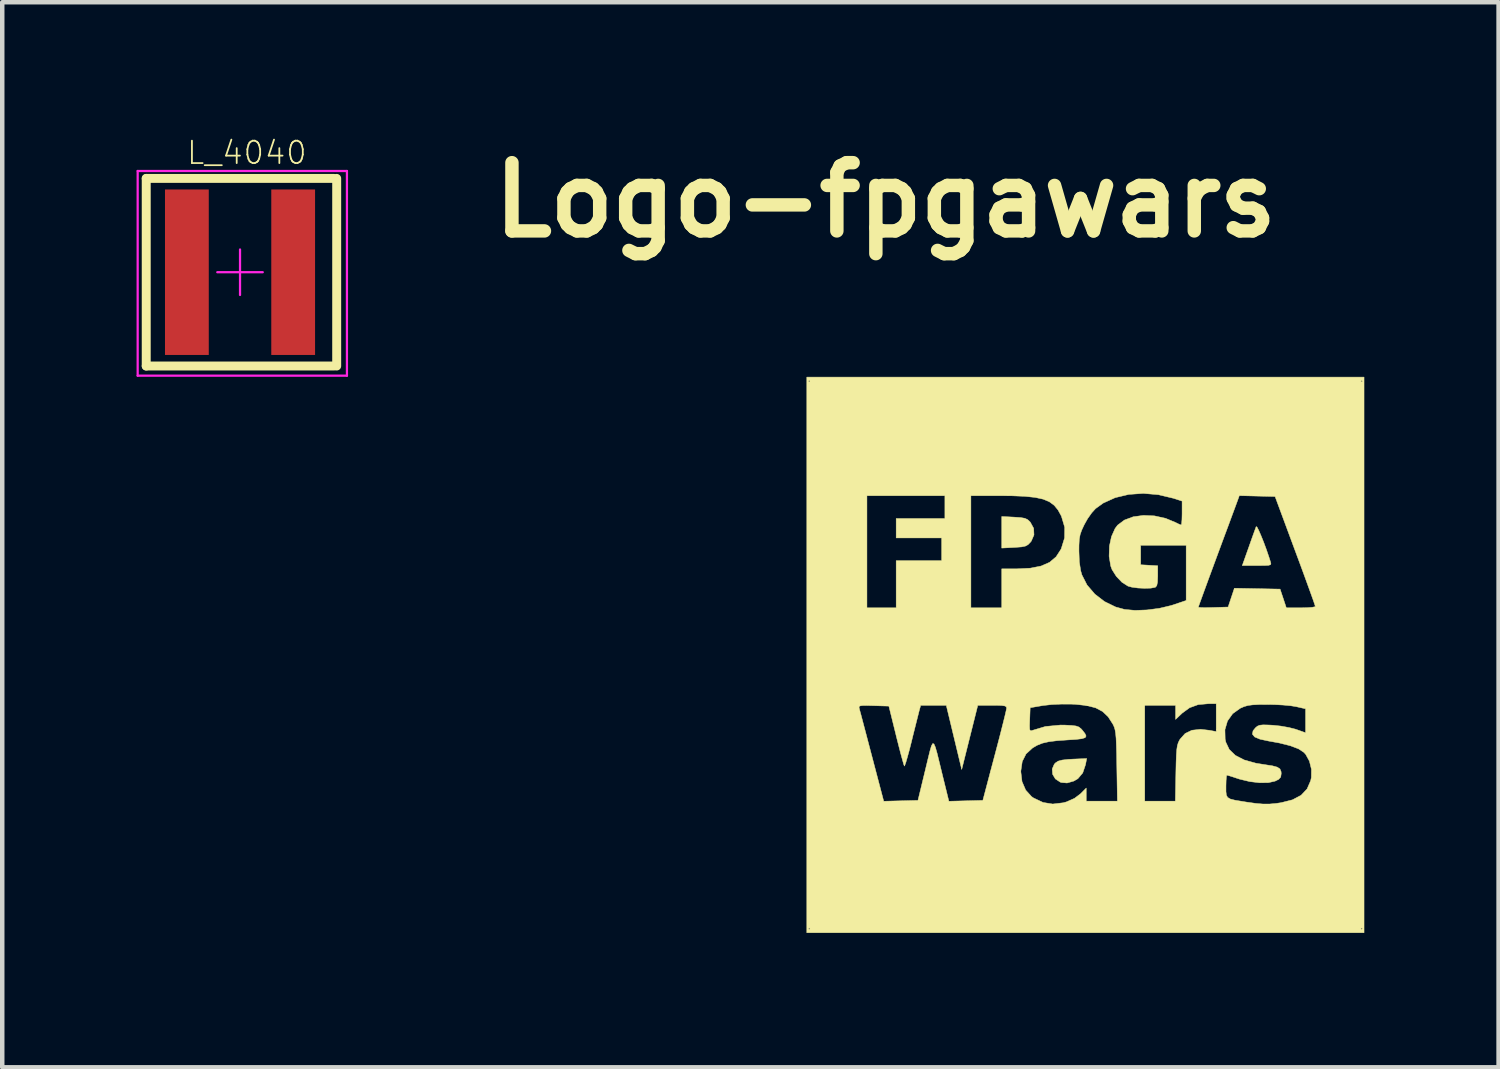
<source format=kicad_pcb>
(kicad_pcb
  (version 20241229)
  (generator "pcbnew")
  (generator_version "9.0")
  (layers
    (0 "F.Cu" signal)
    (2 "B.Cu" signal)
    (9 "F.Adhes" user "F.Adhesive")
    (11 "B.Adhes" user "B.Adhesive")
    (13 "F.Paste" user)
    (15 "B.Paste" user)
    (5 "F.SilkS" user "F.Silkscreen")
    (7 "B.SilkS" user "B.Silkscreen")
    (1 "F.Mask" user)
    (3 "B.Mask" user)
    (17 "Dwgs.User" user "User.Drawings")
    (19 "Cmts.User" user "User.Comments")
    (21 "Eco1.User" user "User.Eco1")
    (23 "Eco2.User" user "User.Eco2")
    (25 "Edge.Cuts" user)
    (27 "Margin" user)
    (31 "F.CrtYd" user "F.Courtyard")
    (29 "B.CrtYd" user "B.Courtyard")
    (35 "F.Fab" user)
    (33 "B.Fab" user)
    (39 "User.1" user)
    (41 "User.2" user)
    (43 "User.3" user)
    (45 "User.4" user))
  (footprint "Logo-fpgawars"
    (layer "F.Cu")
    (at 21.175 11.578)
    (property "Reference" "Logo-fpgawars" (at -4.445 -10.16 0) (layer "F.SilkS") (effects (font (size 1.524 1.524) (thickness 0.3))))
    (attr through_hole)
    (fp_poly (pts (xy -1.575 -3.078) (xy -1.429 -3.068) (xy -1.336 -3.052) (xy -1.274 -3.023) (xy -1.222 -2.975) (xy -1.212 -2.963) (xy -1.138 -2.828) (xy -1.131 -2.681) (xy -1.191 -2.542) (xy -1.212 -2.516) (xy -1.264 -2.463) (xy -1.323 -2.431) (xy -1.409 -2.413) (xy -1.543 -2.403) (xy -1.575 -2.401) (xy -1.851 -2.387) (xy -1.851 -3.092) (xy -1.575 -3.078)) (stroke (width 0.01) (type solid)) (fill yes) (layer "F.SilkS"))
    (fp_poly (pts (xy 0.02 2.451) (xy -0.042 2.635) (xy -0.151 2.764) (xy -0.242 2.817) (xy -0.392 2.86) (xy -0.521 2.849) (xy -0.544 2.841) (xy -0.653 2.769) (xy -0.715 2.665) (xy -0.724 2.548) (xy -0.677 2.439) (xy -0.649 2.41) (xy -0.591 2.372) (xy -0.503 2.348) (xy -0.37 2.333) (xy -0.264 2.327) (xy 0.046 2.314) (xy 0.02 2.451)) (stroke (width 0.01) (type solid)) (fill yes) (layer "F.SilkS"))
    (fp_poly (pts (xy 3.851 -2.855) (xy 3.887 -2.786) (xy 3.937 -2.672) (xy 3.996 -2.526) (xy 4.058 -2.359) (xy 4.118 -2.183) (xy 4.152 -2.077) (xy 4.161 -2.039) (xy 4.151 -2.015) (xy 4.109 -2.002) (xy 4.021 -1.997) (xy 3.875 -1.996) (xy 3.849 -1.996) (xy 3.521 -1.996) (xy 3.666 -2.404) (xy 3.724 -2.569) (xy 3.775 -2.711) (xy 3.813 -2.816) (xy 3.832 -2.867) (xy 3.851 -2.855)) (stroke (width 0.01) (type solid)) (fill yes) (layer "F.SilkS"))
    (fp_poly (pts (xy 6.241 6.205) (xy -6.205 6.205) (xy -6.205 6.114) (xy -6.169 6.114) (xy -6.15 6.132) (xy -6.132 6.114) (xy 6.169 6.114) (xy 6.187 6.132) (xy 6.205 6.114) (xy 6.187 6.096) (xy 6.169 6.114) (xy -6.132 6.114) (xy -6.15 6.096) (xy -6.169 6.114) (xy -6.205 6.114) (xy -6.205 1.16) (xy -5.038 1.16) (xy -5.035 1.187) (xy -5.022 1.238) (xy -4.992 1.349) (xy -4.949 1.512) (xy -4.895 1.716) (xy -4.833 1.952) (xy -4.765 2.211) (xy -4.752 2.26) (xy -4.487 3.268) (xy -4.105 3.258) (xy -3.722 3.248) (xy -3.555 2.558) (xy -3.499 2.325) (xy -3.456 2.15) (xy -3.423 2.035) (xy -3.394 1.98) (xy -3.366 1.987) (xy -3.334 2.059) (xy -3.295 2.195) (xy -3.245 2.399) (xy -3.179 2.67) (xy -3.173 2.695) (xy -3.032 3.268) (xy -2.273 3.248) (xy -2.103 2.604) (xy -1.425 2.604) (xy -1.398 2.829) (xy -1.316 3.019) (xy -1.185 3.164) (xy -1.14 3.195) (xy -0.928 3.295) (xy -0.712 3.33) (xy -0.478 3.302) (xy -0.405 3.282) (xy -0.225 3.202) (xy -0.09 3.1) (xy 0.036 2.973) (xy 0.036 3.266) (xy 0.732 3.266) (xy 0.719 2.477) (xy 0.715 2.214) (xy 0.709 2.013) (xy 0.703 1.863) (xy 0.693 1.754) (xy 0.68 1.674) (xy 0.662 1.612) (xy 0.638 1.559) (xy 0.629 1.542) (xy 0.526 1.382) (xy 0.402 1.264) (xy 0.248 1.182) (xy 0.05 1.131) (xy -0.004 1.125) (xy 1.343 1.125) (xy 1.343 3.266) (xy 2.026 3.266) (xy 2.038 2.64) (xy 2.043 2.409) (xy 2.049 2.239) (xy 2.058 2.116) (xy 2.071 2.029) (xy 2.09 1.964) (xy 2.115 1.91) (xy 2.132 1.882) (xy 2.245 1.755) (xy 2.396 1.682) (xy 2.589 1.661) (xy 2.785 1.683) (xy 2.939 1.712) (xy 2.939 1.669) (xy 3.134 1.669) (xy 3.139 1.882) (xy 3.154 1.949) (xy 3.231 2.112) (xy 3.368 2.244) (xy 3.566 2.346) (xy 3.828 2.419) (xy 4.028 2.451) (xy 4.196 2.477) (xy 4.303 2.506) (xy 4.363 2.547) (xy 4.388 2.606) (xy 4.391 2.65) (xy 4.38 2.728) (xy 4.334 2.779) (xy 4.255 2.818) (xy 4.106 2.852) (xy 3.911 2.855) (xy 3.69 2.829) (xy 3.462 2.774) (xy 3.409 2.757) (xy 3.295 2.719) (xy 3.21 2.693) (xy 3.176 2.685) (xy 3.167 2.718) (xy 3.16 2.806) (xy 3.157 2.929) (xy 3.157 2.937) (xy 3.157 3.051) (xy 3.166 3.131) (xy 3.195 3.183) (xy 3.256 3.219) (xy 3.36 3.245) (xy 3.518 3.271) (xy 3.61 3.286) (xy 3.821 3.316) (xy 3.985 3.33) (xy 4.13 3.33) (xy 4.28 3.316) (xy 4.389 3.3) (xy 4.642 3.236) (xy 4.835 3.134) (xy 4.969 2.992) (xy 5.049 2.808) (xy 5.064 2.736) (xy 5.066 2.553) (xy 5.021 2.372) (xy 4.938 2.221) (xy 4.897 2.176) (xy 4.779 2.098) (xy 4.598 2.029) (xy 4.352 1.967) (xy 4.109 1.923) (xy 3.918 1.882) (xy 3.798 1.832) (xy 3.747 1.769) (xy 3.762 1.694) (xy 3.815 1.628) (xy 3.859 1.591) (xy 3.911 1.57) (xy 3.988 1.562) (xy 4.11 1.565) (xy 4.205 1.57) (xy 4.382 1.589) (xy 4.562 1.621) (xy 4.709 1.658) (xy 4.726 1.664) (xy 4.935 1.738) (xy 4.935 1.203) (xy 4.726 1.155) (xy 4.604 1.135) (xy 4.433 1.119) (xy 4.239 1.109) (xy 4.082 1.107) (xy 3.888 1.108) (xy 3.749 1.115) (xy 3.647 1.129) (xy 3.563 1.153) (xy 3.48 1.189) (xy 3.476 1.191) (xy 3.307 1.312) (xy 3.191 1.475) (xy 3.134 1.669) (xy 2.939 1.669) (xy 2.939 1.089) (xy 2.767 1.089) (xy 2.535 1.11) (xy 2.345 1.179) (xy 2.179 1.3) (xy 2.177 1.302) (xy 2.032 1.44) (xy 2.032 1.125) (xy 1.343 1.125) (xy -0.004 1.125) (xy -0.203 1.103) (xy -0.29 1.099) (xy -0.513 1.098) (xy -0.736 1.108) (xy -0.924 1.129) (xy -0.943 1.132) (xy -1.216 1.179) (xy -1.226 1.447) (xy -1.23 1.583) (xy -1.227 1.661) (xy -1.213 1.692) (xy -1.185 1.692) (xy -1.172 1.687) (xy -0.875 1.598) (xy -0.538 1.566) (xy -0.441 1.567) (xy -0.29 1.575) (xy -0.192 1.587) (xy -0.128 1.61) (xy -0.079 1.649) (xy -0.051 1.68) (xy 0.009 1.757) (xy 0.033 1.811) (xy 0.011 1.848) (xy -0.062 1.871) (xy -0.194 1.887) (xy -0.372 1.898) (xy -0.614 1.915) (xy -0.799 1.938) (xy -0.943 1.971) (xy -1.061 2.018) (xy -1.163 2.078) (xy -1.308 2.211) (xy -1.393 2.379) (xy -1.424 2.59) (xy -1.425 2.604) (xy -2.103 2.604) (xy -2.009 2.25) (xy -1.94 1.989) (xy -1.878 1.75) (xy -1.825 1.541) (xy -1.783 1.372) (xy -1.755 1.252) (xy -1.743 1.192) (xy -1.743 1.188) (xy -1.75 1.158) (xy -1.783 1.139) (xy -1.855 1.129) (xy -1.979 1.125) (xy -2.064 1.125) (xy -2.386 1.125) (xy -2.745 2.558) (xy -3.09 1.125) (xy -3.661 1.125) (xy -3.694 1.243) (xy -3.713 1.318) (xy -3.746 1.449) (xy -3.789 1.62) (xy -3.838 1.815) (xy -3.866 1.931) (xy -3.914 2.121) (xy -3.958 2.281) (xy -3.993 2.402) (xy -4.018 2.47) (xy -4.026 2.482) (xy -4.041 2.442) (xy -4.069 2.343) (xy -4.109 2.197) (xy -4.156 2.014) (xy -4.209 1.805) (xy -4.209 1.803) (xy -4.372 1.143) (xy -4.713 1.133) (xy -4.871 1.129) (xy -4.97 1.131) (xy -5.021 1.14) (xy -5.038 1.16) (xy -6.205 1.16) (xy -6.205 -3.556) (xy -4.862 -3.556) (xy -4.862 -1.052) (xy -4.209 -1.052) (xy -4.209 -2.105) (xy -3.193 -2.105) (xy -3.193 -2.613) (xy -4.209 -2.613) (xy -4.209 -3.048) (xy -3.121 -3.048) (xy -3.121 -3.556) (xy -2.54 -3.556) (xy -2.54 -1.052) (xy -1.851 -1.052) (xy -1.851 -1.923) (xy -1.512 -1.923) (xy -1.212 -1.938) (xy -0.971 -1.986) (xy -0.782 -2.069) (xy -0.637 -2.192) (xy -0.552 -2.323) (xy -0.127 -2.323) (xy -0.118 -2.076) (xy -0.088 -1.883) (xy -0.061 -1.788) (xy 0.054 -1.562) (xy 0.228 -1.359) (xy 0.445 -1.192) (xy 0.693 -1.071) (xy 0.894 -1.016) (xy 1.125 -0.995) (xy 1.392 -1.005) (xy 1.669 -1.041) (xy 1.775 -1.066) (xy 2.54 -1.066) (xy 2.574 -1.06) (xy 2.664 -1.057) (xy 2.794 -1.058) (xy 2.873 -1.06) (xy 3.205 -1.07) (xy 3.275 -1.28) (xy 3.345 -1.49) (xy 3.856 -1.48) (xy 4.366 -1.47) (xy 4.436 -1.261) (xy 4.505 -1.052) (xy 4.829 -1.052) (xy 4.972 -1.056) (xy 5.083 -1.064) (xy 5.145 -1.077) (xy 5.153 -1.084) (xy 5.14 -1.124) (xy 5.106 -1.224) (xy 5.051 -1.377) (xy 4.98 -1.573) (xy 4.895 -1.807) (xy 4.799 -2.068) (xy 4.703 -2.326) (xy 4.254 -3.538) (xy 3.455 -3.558) (xy 3.419 -3.457) (xy 3.398 -3.4) (xy 3.355 -3.283) (xy 3.293 -3.116) (xy 3.216 -2.907) (xy 3.126 -2.666) (xy 3.028 -2.401) (xy 2.961 -2.22) (xy 2.861 -1.949) (xy 2.769 -1.7) (xy 2.689 -1.481) (xy 2.623 -1.3) (xy 2.574 -1.166) (xy 2.546 -1.086) (xy 2.54 -1.066) (xy 1.775 -1.066) (xy 1.929 -1.103) (xy 1.978 -1.118) (xy 2.268 -1.216) (xy 2.268 -2.449) (xy 1.252 -2.449) (xy 1.252 -2.014) (xy 1.633 -1.992) (xy 1.633 -1.762) (xy 1.628 -1.626) (xy 1.612 -1.548) (xy 1.581 -1.512) (xy 1.575 -1.51) (xy 1.48 -1.492) (xy 1.342 -1.488) (xy 1.191 -1.495) (xy 1.053 -1.514) (xy 0.969 -1.537) (xy 0.834 -1.623) (xy 0.708 -1.755) (xy 0.613 -1.905) (xy 0.583 -1.986) (xy 0.547 -2.204) (xy 0.554 -2.431) (xy 0.6 -2.644) (xy 0.68 -2.823) (xy 0.736 -2.898) (xy 0.888 -3.012) (xy 1.086 -3.086) (xy 1.315 -3.117) (xy 1.56 -3.106) (xy 1.808 -3.051) (xy 2.021 -2.963) (xy 2.103 -2.923) (xy 2.154 -2.903) (xy 2.157 -2.903) (xy 2.167 -2.936) (xy 2.174 -3.024) (xy 2.177 -3.149) (xy 2.177 -3.169) (xy 2.177 -3.436) (xy 1.987 -3.498) (xy 1.648 -3.579) (xy 1.31 -3.608) (xy 0.985 -3.585) (xy 0.683 -3.513) (xy 0.416 -3.392) (xy 0.244 -3.268) (xy 0.159 -3.174) (xy 0.066 -3.042) (xy -0.008 -2.91) (xy -0.065 -2.788) (xy -0.1 -2.688) (xy -0.119 -2.583) (xy -0.126 -2.45) (xy -0.127 -2.323) (xy -0.552 -2.323) (xy -0.53 -2.357) (xy -0.522 -2.373) (xy -0.448 -2.612) (xy -0.445 -2.852) (xy -0.516 -3.091) (xy -0.522 -3.106) (xy -0.594 -3.237) (xy -0.679 -3.341) (xy -0.787 -3.421) (xy -0.925 -3.479) (xy -1.104 -3.518) (xy -1.33 -3.542) (xy -1.614 -3.554) (xy -1.856 -3.556) (xy -2.54 -3.556) (xy -3.121 -3.556) (xy -4.862 -3.556) (xy -6.205 -3.556) (xy -6.205 -6.114) (xy -6.169 -6.114) (xy -6.15 -6.096) (xy -6.132 -6.114) (xy 6.169 -6.114) (xy 6.187 -6.096) (xy 6.205 -6.114) (xy 6.187 -6.132) (xy 6.169 -6.114) (xy -6.132 -6.114) (xy -6.15 -6.132) (xy -6.169 -6.114) (xy -6.205 -6.114) (xy -6.205 -6.205) (xy 6.241 -6.205) (xy 6.241 6.205)) (stroke (width 0.01) (type solid)) (fill yes) (layer "F.SilkS")))
  (footprint "L_4040"
    (layer "F.Cu")
    (at 2.311 3.03)
    (property "Reference" "L_4040" (at 0.152 -2.667 0) (layer "F.SilkS") (effects (font (size 0.5 0.5) (thickness 0.04))))
    (attr smd)
    (fp_line (start -2.095 -2.095) (end -2.095 2.095) (stroke (width 0.2) (type solid)) (layer "F.SilkS"))
    (fp_line (start -2.095 -2.095) (end 2.095 -2.095) (stroke (width 0.2) (type solid)) (layer "F.SilkS"))
    (fp_line (start -2.095 2.095) (end 2.095 2.095) (stroke (width 0.2) (type solid)) (layer "F.SilkS"))
    (fp_line (start 2.159 -2.095) (end 2.159 2.095) (stroke (width 0.2) (type solid)) (layer "F.SilkS"))
    (fp_line (start -2.286 -2.261) (end -2.286 2.311) (stroke (width 0.05) (type solid)) (layer "F.CrtYd"))
    (fp_line (start -2.286 -2.261) (end 2.388 -2.261) (stroke (width 0.05) (type solid)) (layer "F.CrtYd"))
    (fp_line (start -2.286 2.311) (end 2.388 2.311) (stroke (width 0.05) (type solid)) (layer "F.CrtYd"))
    (fp_line (start -0.508 0) (end 0.508 0) (stroke (width 0.05) (type solid)) (layer "F.CrtYd"))
    (fp_line (start 0 -0.508) (end 0 0.508) (stroke (width 0.05) (type solid)) (layer "F.CrtYd"))
    (fp_line (start 2.388 -2.261) (end 2.388 2.311) (stroke (width 0.05) (type solid)) (layer "F.CrtYd"))
    (pad "1" smd rect (at -1.187 0) (size 0.978 3.696) (layers "F.Cu" "F.Mask" "F.Paste"))
    (pad "2" smd rect (at 1.187 0) (size 0.978 3.696) (layers "F.Cu" "F.Mask" "F.Paste")))
  (gr_rect
    (start -3 -3)
    (end 30.421 20.788)
    (stroke (width 0.1) (type default))
    (fill no)
    (layer "Edge.Cuts")))
</source>
